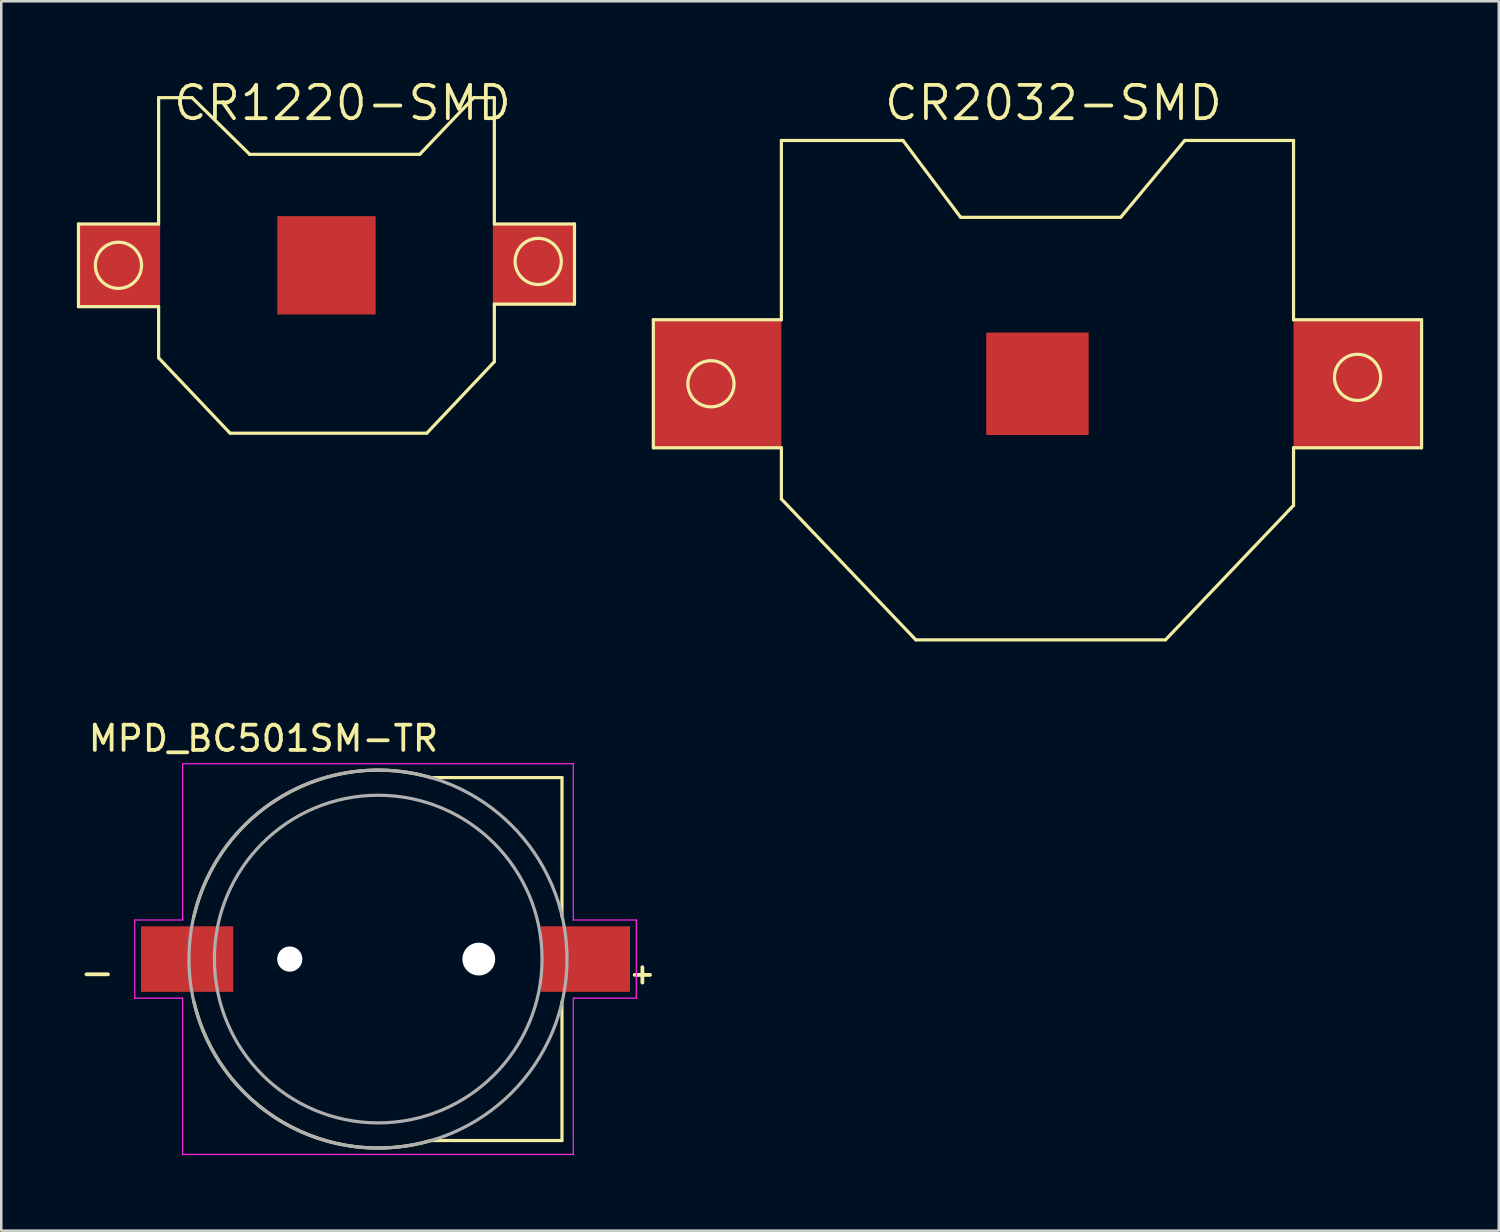
<source format=kicad_pcb>
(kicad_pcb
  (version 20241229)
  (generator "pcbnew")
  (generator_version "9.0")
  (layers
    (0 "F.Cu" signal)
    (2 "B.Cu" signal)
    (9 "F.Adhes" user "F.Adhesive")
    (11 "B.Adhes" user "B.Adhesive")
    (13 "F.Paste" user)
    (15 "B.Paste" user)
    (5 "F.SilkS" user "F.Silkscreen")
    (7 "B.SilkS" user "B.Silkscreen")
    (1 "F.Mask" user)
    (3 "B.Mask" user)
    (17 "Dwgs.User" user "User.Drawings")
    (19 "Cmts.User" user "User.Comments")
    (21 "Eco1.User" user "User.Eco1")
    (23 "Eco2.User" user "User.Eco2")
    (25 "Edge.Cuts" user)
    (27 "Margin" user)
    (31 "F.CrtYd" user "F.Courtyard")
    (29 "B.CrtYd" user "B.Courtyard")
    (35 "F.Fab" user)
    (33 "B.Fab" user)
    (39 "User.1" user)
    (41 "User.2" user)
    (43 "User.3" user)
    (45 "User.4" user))
  (footprint "CR1220-SMD"
    (layer "F.Cu")
    (at 9.903 7.476)
    (property "Reference" "CR1220-SMD" (at 0.635 -6.44 0) (layer "F.SilkS") (effects (font (size 1.32 1.32) (thickness 0.15))))
    (attr through_hole)
    (fp_line (start -9.84 -1.64) (end -9.84 1.64) (stroke (width 0.127) (type solid)) (layer "F.SilkS"))
    (fp_line (start -9.84 1.64) (end -6.66 1.64) (stroke (width 0.127) (type solid)) (layer "F.SilkS"))
    (fp_line (start -6.66 -6.652) (end -6.66 -1.64) (stroke (width 0.127) (type solid)) (layer "F.SilkS"))
    (fp_line (start -6.66 -1.64) (end -9.84 -1.64) (stroke (width 0.127) (type solid)) (layer "F.SilkS"))
    (fp_line (start -6.66 1.64) (end -6.66 3.672) (stroke (width 0.127) (type solid)) (layer "F.SilkS"))
    (fp_line (start -6.66 3.672) (end -3.826 6.66) (stroke (width 0.127) (type solid)) (layer "F.SilkS"))
    (fp_line (start -5.334 -6.652) (end -6.66 -6.652) (stroke (width 0.127) (type solid)) (layer "F.SilkS"))
    (fp_line (start -3.826 6.66) (end 3.98 6.66) (stroke (width 0.127) (type solid)) (layer "F.SilkS"))
    (fp_line (start -3.048 -4.404) (end -5.334 -6.652) (stroke (width 0.127) (type solid)) (layer "F.SilkS"))
    (fp_line (start 3.702 -4.404) (end -3.048 -4.404) (stroke (width 0.127) (type solid)) (layer "F.SilkS"))
    (fp_line (start 3.98 6.66) (end 6.66 3.826) (stroke (width 0.127) (type solid)) (layer "F.SilkS"))
    (fp_line (start 5.842 -6.652) (end 3.702 -4.404) (stroke (width 0.127) (type solid)) (layer "F.SilkS"))
    (fp_line (start 6.66 -6.652) (end 5.842 -6.652) (stroke (width 0.127) (type solid)) (layer "F.SilkS"))
    (fp_line (start 6.66 -1.64) (end 6.66 -6.652) (stroke (width 0.127) (type solid)) (layer "F.SilkS"))
    (fp_line (start 6.66 1.54) (end 9.84 1.54) (stroke (width 0.127) (type solid)) (layer "F.SilkS"))
    (fp_line (start 6.66 3.826) (end 6.66 1.54) (stroke (width 0.127) (type solid)) (layer "F.SilkS"))
    (fp_line (start 9.84 -1.64) (end 6.66 -1.64) (stroke (width 0.127) (type solid)) (layer "F.SilkS"))
    (fp_line (start 9.84 1.54) (end 9.84 -1.64) (stroke (width 0.127) (type solid)) (layer "F.SilkS"))
    (fp_circle (center -8.254 0) (end -7.338 0) (stroke (width 0.127) (type solid)) (fill no) (layer "F.SilkS"))
    (fp_circle (center 8.4 -0.154) (end 9.316 -0.154) (stroke (width 0.127) (type solid)) (fill no) (layer "F.SilkS"))
    (pad "+$1" smd rect (at -8.2 0) (size 3.2 3.2) (layers "F.Cu" "F.Mask" "F.Paste"))
    (pad "+$2" smd rect (at 8.2 0) (size 3.2 3.2) (layers "F.Cu" "F.Mask" "F.Paste"))
    (pad "-" smd rect (at 0 0) (size 3.9 3.9) (layers "F.Cu" "F.Mask" "F.Paste")))
  (footprint "MPD_BC501SM-TR"
    (layer "F.Cu")
    (at 11.946 35.001)
    (property "Reference" "MPD_BC501SM-TR" (at -4.544 -8.754 0) (layer "F.SilkS") (effects (font (size 1 1) (thickness 0.15))))
    (attr through_hole)
    (fp_line (start 2.1 -7.2) (end 7.3 -7.2) (stroke (width 0.127) (type solid)) (layer "F.SilkS"))
    (fp_line (start 2.1 7.2) (end 7.3 7.2) (stroke (width 0.127) (type solid)) (layer "F.SilkS"))
    (fp_line (start 7.3 -1.7) (end 7.3 -7.2) (stroke (width 0.127) (type solid)) (layer "F.SilkS"))
    (fp_line (start 7.3 1.7) (end 7.3 7.2) (stroke (width 0.127) (type solid)) (layer "F.SilkS"))
    (fp_arc (start -7.299999 -1.7) (mid -3.781493 -6.469279) (end 2.1 -7.2) (stroke (width 0.127) (type solid)) (layer "F.SilkS"))
    (fp_arc (start 2.1 7.200001) (mid -3.781493 6.46928) (end -7.3 1.7) (stroke (width 0.127) (type solid)) (layer "F.SilkS"))
    (fp_line (start -9.65 -1.55) (end -7.75 -1.55) (stroke (width 0.05) (type solid)) (layer "F.CrtYd"))
    (fp_line (start -9.65 1.55) (end -9.65 -1.55) (stroke (width 0.05) (type solid)) (layer "F.CrtYd"))
    (fp_line (start -7.75 -7.75) (end 7.75 -7.75) (stroke (width 0.05) (type solid)) (layer "F.CrtYd"))
    (fp_line (start -7.75 -1.55) (end -7.75 -7.75) (stroke (width 0.05) (type solid)) (layer "F.CrtYd"))
    (fp_line (start -7.75 1.55) (end -9.65 1.55) (stroke (width 0.05) (type solid)) (layer "F.CrtYd"))
    (fp_line (start -7.75 7.75) (end -7.75 1.55) (stroke (width 0.05) (type solid)) (layer "F.CrtYd"))
    (fp_line (start 7.75 -7.75) (end 7.75 -1.55) (stroke (width 0.05) (type solid)) (layer "F.CrtYd"))
    (fp_line (start 7.75 -1.55) (end 10.25 -1.55) (stroke (width 0.05) (type solid)) (layer "F.CrtYd"))
    (fp_line (start 7.75 1.55) (end 7.75 7.75) (stroke (width 0.05) (type solid)) (layer "F.CrtYd"))
    (fp_line (start 7.75 7.75) (end -7.75 7.75) (stroke (width 0.05) (type solid)) (layer "F.CrtYd"))
    (fp_line (start 10.25 -1.55) (end 10.25 1.55) (stroke (width 0.05) (type solid)) (layer "F.CrtYd"))
    (fp_line (start 10.25 1.55) (end 7.75 1.55) (stroke (width 0.05) (type solid)) (layer "F.CrtYd"))
    (fp_circle (center 0 0) (end 7.5 0) (stroke (width 0.127) (type solid)) (fill no) (layer "F.Fab"))
    (fp_circle (center 0.01 0) (end 6.51 0) (stroke (width 0.127) (type solid)) (fill no) (layer "F.Fab"))
    (fp_text user "+" (at 10.49 0.57 0) (layer "F.SilkS") (effects (font (size 0.8 0.8) (thickness 0.15))))
    (fp_text user "-" (at -11.14 0.52 0) (layer "F.SilkS") (effects (font (size 1.12 1.12) (thickness 0.15))))
    (pad "" np_thru_hole circle (at -3.5 0) (size 1 1) (drill 1) (layers "*.Cu" "*.Mask"))
    (pad "" np_thru_hole circle (at 4 0) (size 1.3 1.3) (drill 1.3) (layers "*.Cu" "*.Mask"))
    (pad "+" smd rect (at 8.23 0) (size 3.54 2.6) (layers "F.Cu" "F.Mask" "F.Paste"))
    (pad "-" smd rect (at -7.57 0) (size 3.66 2.6) (layers "F.Cu" "F.Mask" "F.Paste")))
  (footprint "CR2032-SMD"
    (layer "F.Cu")
    (at 38.111 12.176)
    (property "Reference" "CR2032-SMD" (at 0.635 -11.14 0) (layer "F.SilkS") (effects (font (size 1.32 1.32) (thickness 0.15))))
    (attr through_hole)
    (fp_poly (pts (xy -9 0) (xy -8.988 -0.471) (xy -8.951 -0.941) (xy -8.889 -1.408) (xy -8.803 -1.871) (xy -8.693 -2.329) (xy -8.56 -2.781) (xy -8.402 -3.225) (xy -8.222 -3.661) (xy -8.019 -4.086) (xy -7.794 -4.5) (xy -7.548 -4.902) (xy -7.281 -5.29) (xy -6.994 -5.664) (xy -6.688 -6.022) (xy -6.364 -6.364) (xy -6.022 -6.688) (xy -5.664 -6.994) (xy -5.29 -7.281) (xy -4.902 -7.548) (xy -4.5 -7.794) (xy -4.086 -8.019) (xy -3.661 -8.222) (xy -3.225 -8.402) (xy -2.781 -8.56) (xy -2.329 -8.693) (xy -1.871 -8.803) (xy -1.408 -8.889) (xy -0.941 -8.951) (xy -0.471 -8.988) (xy 0 -9) (xy 0.471 -8.988) (xy 0.941 -8.951) (xy 1.408 -8.889) (xy 1.871 -8.803) (xy 2.329 -8.693) (xy 2.781 -8.56) (xy 3.225 -8.402) (xy 3.661 -8.222) (xy 4.086 -8.019) (xy 4.5 -7.794) (xy 4.902 -7.548) (xy 5.29 -7.281) (xy 5.664 -6.994) (xy 6.022 -6.688) (xy 6.364 -6.364) (xy 6.688 -6.022) (xy 6.994 -5.664) (xy 7.281 -5.29) (xy 7.548 -4.902) (xy 7.794 -4.5) (xy 8.019 -4.086) (xy 8.222 -3.661) (xy 8.402 -3.225) (xy 8.56 -2.781) (xy 8.693 -2.329) (xy 8.803 -1.871) (xy 8.889 -1.408) (xy 8.951 -0.941) (xy 8.988 -0.471) (xy 9 0) (xy 8.988 0.471) (xy 8.951 0.941) (xy 8.889 1.408) (xy 8.803 1.871) (xy 8.693 2.329) (xy 8.56 2.781) (xy 8.402 3.225) (xy 8.222 3.661) (xy 8.019 4.086) (xy 7.794 4.5) (xy 7.548 4.902) (xy 7.281 5.29) (xy 6.994 5.664) (xy 6.688 6.022) (xy 6.364 6.364) (xy 6.022 6.688) (xy 5.664 6.994) (xy 5.29 7.281) (xy 4.902 7.548) (xy 4.5 7.794) (xy 4.086 8.019) (xy 3.661 8.222) (xy 3.225 8.402) (xy 2.781 8.56) (xy 2.329 8.693) (xy 1.871 8.803) (xy 1.408 8.889) (xy 0.941 8.951) (xy 0.471 8.988) (xy 0 9) (xy -0.471 8.988) (xy -0.941 8.951) (xy -1.408 8.889) (xy -1.871 8.803) (xy -2.329 8.693) (xy -2.781 8.56) (xy -3.225 8.402) (xy -3.661 8.222) (xy -4.086 8.019) (xy -4.5 7.794) (xy -4.902 7.548) (xy -5.29 7.281) (xy -5.664 6.994) (xy -6.022 6.688) (xy -6.364 6.364) (xy -6.688 6.022) (xy -6.994 5.664) (xy -7.281 5.29) (xy -7.548 4.902) (xy -7.794 4.5) (xy -8.019 4.086) (xy -8.222 3.661) (xy -8.402 3.225) (xy -8.56 2.781) (xy -8.693 2.329) (xy -8.803 1.871) (xy -8.889 1.408) (xy -8.951 0.941) (xy -8.988 0.471) (xy -9 0)) (stroke (width 0.127) (type solid)) (fill yes) (layer "F.Mask"))
    (fp_line (start -15.24 -2.54) (end -15.24 2.54) (stroke (width 0.127) (type solid)) (layer "F.SilkS"))
    (fp_line (start -15.24 2.54) (end -10.16 2.54) (stroke (width 0.127) (type solid)) (layer "F.SilkS"))
    (fp_line (start -10.16 -9.652) (end -10.16 -2.54) (stroke (width 0.127) (type solid)) (layer "F.SilkS"))
    (fp_line (start -10.16 -2.54) (end -15.24 -2.54) (stroke (width 0.127) (type solid)) (layer "F.SilkS"))
    (fp_line (start -10.16 2.54) (end -10.16 4.572) (stroke (width 0.127) (type solid)) (layer "F.SilkS"))
    (fp_line (start -10.16 4.572) (end -4.826 10.16) (stroke (width 0.127) (type solid)) (layer "F.SilkS"))
    (fp_line (start -5.334 -9.652) (end -10.16 -9.652) (stroke (width 0.127) (type solid)) (layer "F.SilkS"))
    (fp_line (start -4.826 10.16) (end 5.08 10.16) (stroke (width 0.127) (type solid)) (layer "F.SilkS"))
    (fp_line (start -3.048 -6.604) (end -5.334 -9.652) (stroke (width 0.127) (type solid)) (layer "F.SilkS"))
    (fp_line (start 3.302 -6.604) (end -3.048 -6.604) (stroke (width 0.127) (type solid)) (layer "F.SilkS"))
    (fp_line (start 5.08 10.16) (end 10.16 4.826) (stroke (width 0.127) (type solid)) (layer "F.SilkS"))
    (fp_line (start 5.842 -9.652) (end 3.302 -6.604) (stroke (width 0.127) (type solid)) (layer "F.SilkS"))
    (fp_line (start 10.16 -9.652) (end 5.842 -9.652) (stroke (width 0.127) (type solid)) (layer "F.SilkS"))
    (fp_line (start 10.16 -2.54) (end 10.16 -9.652) (stroke (width 0.127) (type solid)) (layer "F.SilkS"))
    (fp_line (start 10.16 2.54) (end 15.24 2.54) (stroke (width 0.127) (type solid)) (layer "F.SilkS"))
    (fp_line (start 10.16 4.826) (end 10.16 2.54) (stroke (width 0.127) (type solid)) (layer "F.SilkS"))
    (fp_line (start 15.24 -2.54) (end 10.16 -2.54) (stroke (width 0.127) (type solid)) (layer "F.SilkS"))
    (fp_line (start 15.24 2.54) (end 15.24 -2.54) (stroke (width 0.127) (type solid)) (layer "F.SilkS"))
    (fp_circle (center -12.954 0) (end -12.038 0) (stroke (width 0.127) (type solid)) (fill no) (layer "F.SilkS"))
    (fp_circle (center 12.7 -0.254) (end 13.616 -0.254) (stroke (width 0.127) (type solid)) (fill no) (layer "F.SilkS"))
    (pad "+$1" smd rect (at -12.7 0) (size 5.08 5.08) (layers "F.Cu" "F.Mask" "F.Paste"))
    (pad "+$2" smd rect (at 12.7 0) (size 5.08 5.08) (layers "F.Cu" "F.Mask" "F.Paste"))
    (pad "-" smd rect (at 0 0) (size 4.064 4.064) (layers "F.Cu" "F.Mask" "F.Paste")))
  (gr_rect
    (start -3 -3)
    (end 56.414 45.776)
    (stroke (width 0.1) (type default))
    (fill no)
    (layer "Edge.Cuts")))
</source>
